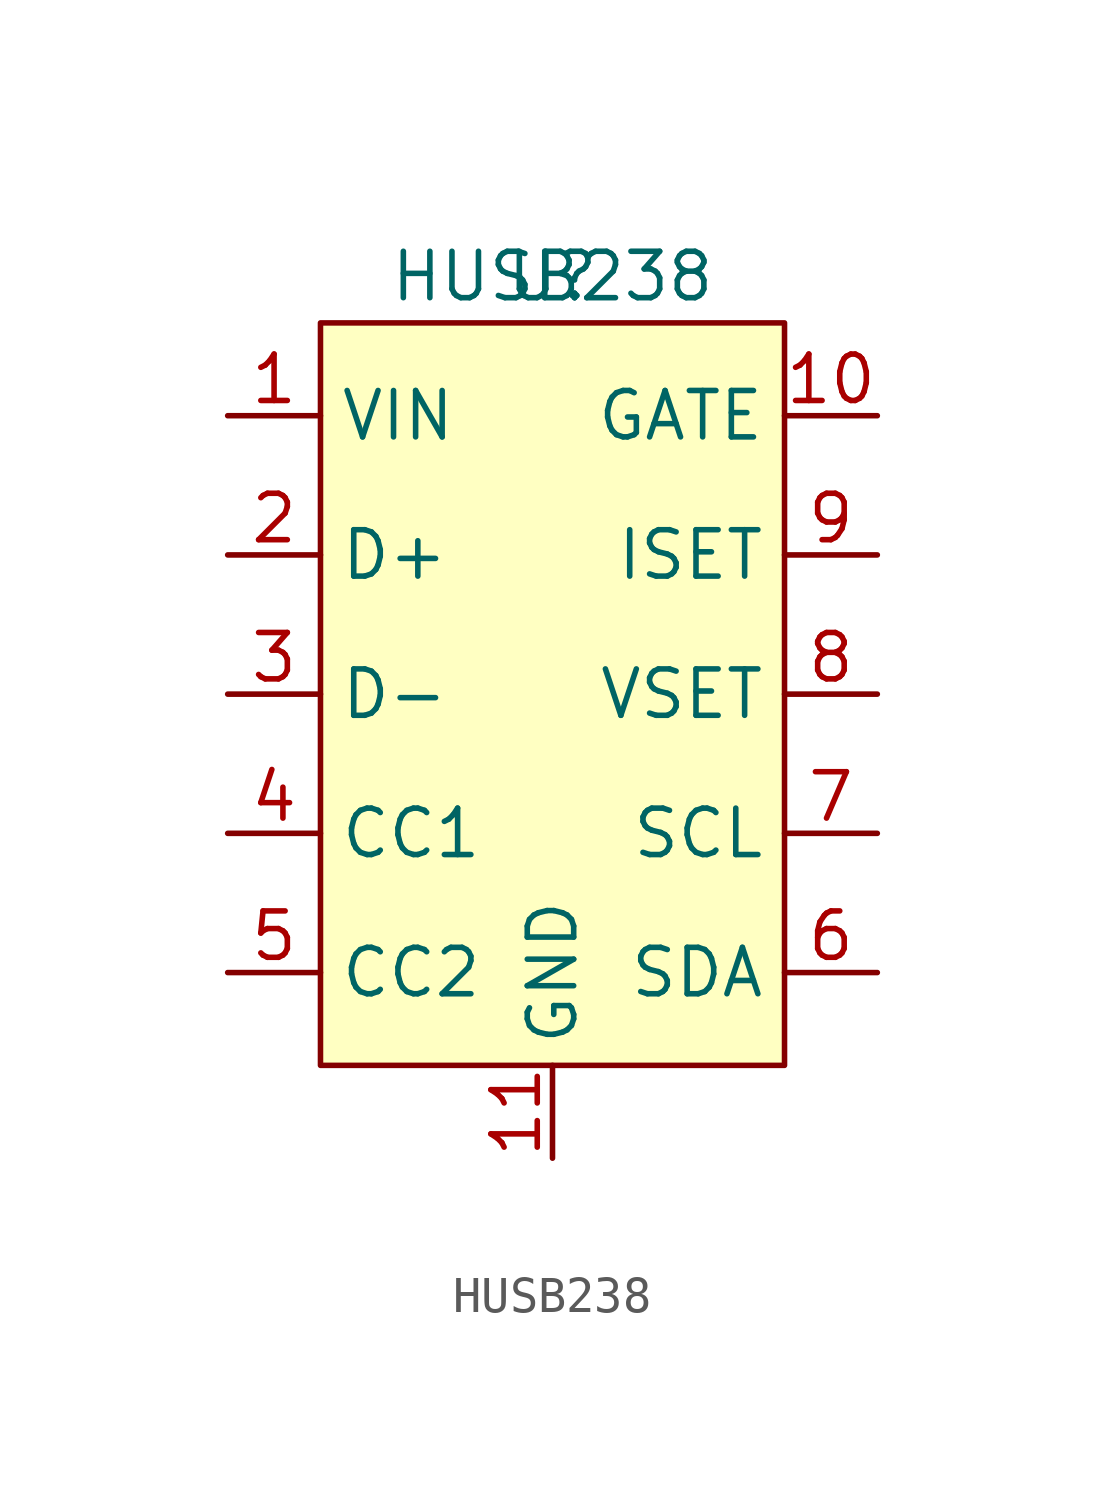
<source format=kicad_sym>
(kicad_symbol_lib
  (version 20211014)
  (generator kicad_symbol_editor)
  (symbol "Hynetek:HUSB238"
    (property "Reference" "U"
      (at 0 11.43 0)
      (effects (font (size 1.27 1.27))))
    (property "Value" "HUSB238"
      (at 0 11.43 0)
      (effects (font (size 1.27 1.27))))
    (symbol "HUSB238_0_1"
      (rectangle (start -6.35 10.16) (end 6.35 -10.16) (stroke (width 0.152) (type default) (color 0 0 0 0)) (fill (type background))))
    (symbol "HUSB238_1_1"
      (pin input line (at -8.89 7.62 0) (length 2.54) (name "VIN" (effects (font (size 1.27 1.27)))) (number "1" (effects (font (size 1.27 1.27)))))
      (pin input line (at 8.89 7.62 180) (length 2.54) (name "GATE" (effects (font (size 1.27 1.27)))) (number "10" (effects (font (size 1.27 1.27)))))
      (pin input line (at 0 -12.7 90) (length 2.54) (name "GND" (effects (font (size 1.27 1.27)))) (number "11" (effects (font (size 1.27 1.27)))))
      (pin input line (at -8.89 3.81 0) (length 2.54) (name "D+" (effects (font (size 1.27 1.27)))) (number "2" (effects (font (size 1.27 1.27)))))
      (pin input line (at -8.89 0 0) (length 2.54) (name "D-" (effects (font (size 1.27 1.27)))) (number "3" (effects (font (size 1.27 1.27)))))
      (pin input line (at -8.89 -3.81 0) (length 2.54) (name "CC1" (effects (font (size 1.27 1.27)))) (number "4" (effects (font (size 1.27 1.27)))))
      (pin input line (at -8.89 -7.62 0) (length 2.54) (name "CC2" (effects (font (size 1.27 1.27)))) (number "5" (effects (font (size 1.27 1.27)))))
      (pin input line (at 8.89 -7.62 180) (length 2.54) (name "SDA" (effects (font (size 1.27 1.27)))) (number "6" (effects (font (size 1.27 1.27)))))
      (pin input line (at 8.89 -3.81 180) (length 2.54) (name "SCL" (effects (font (size 1.27 1.27)))) (number "7" (effects (font (size 1.27 1.27)))))
      (pin input line (at 8.89 0 180) (length 2.54) (name "VSET" (effects (font (size 1.27 1.27)))) (number "8" (effects (font (size 1.27 1.27)))))
      (pin input line (at 8.89 3.81 180) (length 2.54) (name "ISET" (effects (font (size 1.27 1.27)))) (number "9" (effects (font (size 1.27 1.27))))))))
</source>
